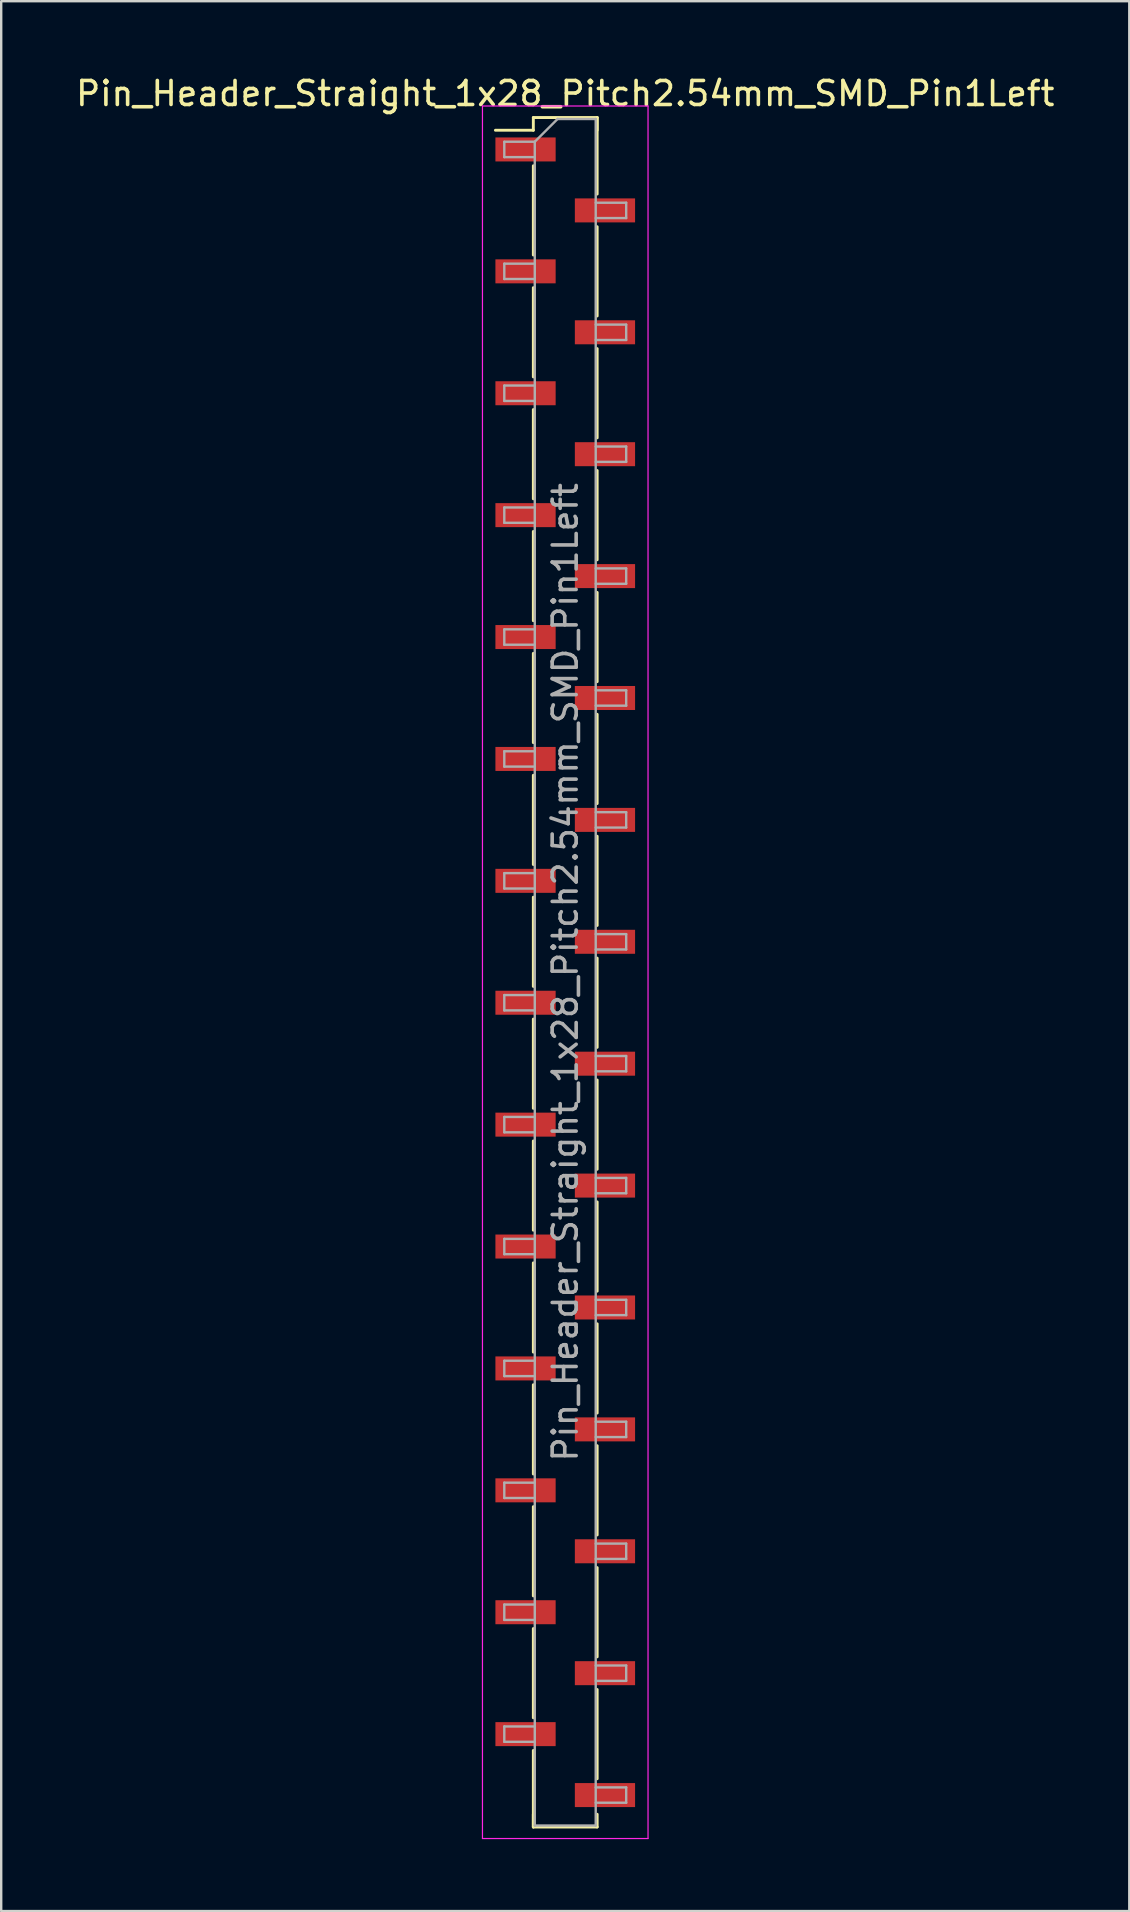
<source format=kicad_pcb>
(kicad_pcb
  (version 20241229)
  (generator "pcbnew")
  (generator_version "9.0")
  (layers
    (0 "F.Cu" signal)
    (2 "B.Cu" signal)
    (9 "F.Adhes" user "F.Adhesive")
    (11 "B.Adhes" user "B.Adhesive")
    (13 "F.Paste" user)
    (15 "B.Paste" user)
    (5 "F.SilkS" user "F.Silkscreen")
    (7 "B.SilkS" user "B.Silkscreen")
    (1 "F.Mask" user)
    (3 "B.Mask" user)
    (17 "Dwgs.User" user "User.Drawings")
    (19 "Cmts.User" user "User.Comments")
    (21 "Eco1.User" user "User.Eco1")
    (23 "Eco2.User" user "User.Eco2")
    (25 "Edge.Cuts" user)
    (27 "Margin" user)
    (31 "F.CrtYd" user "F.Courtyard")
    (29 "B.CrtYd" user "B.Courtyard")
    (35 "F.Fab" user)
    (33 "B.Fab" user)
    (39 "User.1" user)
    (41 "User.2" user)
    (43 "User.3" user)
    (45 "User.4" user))
  (footprint "Pin_Header_Straight_1x28_Pitch2.54mm_SMD_Pin1Left"
    (layer "F.Cu")
    (at 20.506 37.468)
    (property "Reference" "Pin_Header_Straight_1x28_Pitch2.54mm_SMD_Pin1Left" (at 0 -36.62 0) (layer "F.SilkS") (effects (font (size 1 1) (thickness 0.15))))
    (attr smd)
    (fp_line (start -1.33 -35.62) (end 1.33 -35.62) (stroke (width 0.12) (type solid)) (layer "F.SilkS"))
    (fp_line (start -1.33 -35.09) (end -2.91 -35.09) (stroke (width 0.12) (type solid)) (layer "F.SilkS"))
    (fp_line (start -1.33 -35.09) (end -1.33 -35.62) (stroke (width 0.12) (type solid)) (layer "F.SilkS"))
    (fp_line (start -1.33 -33.61) (end -1.33 -29.89) (stroke (width 0.12) (type solid)) (layer "F.SilkS"))
    (fp_line (start -1.33 -28.53) (end -1.33 -24.81) (stroke (width 0.12) (type solid)) (layer "F.SilkS"))
    (fp_line (start -1.33 -23.45) (end -1.33 -19.73) (stroke (width 0.12) (type solid)) (layer "F.SilkS"))
    (fp_line (start -1.33 -18.37) (end -1.33 -14.65) (stroke (width 0.12) (type solid)) (layer "F.SilkS"))
    (fp_line (start -1.33 -13.29) (end -1.33 -9.57) (stroke (width 0.12) (type solid)) (layer "F.SilkS"))
    (fp_line (start -1.33 -8.21) (end -1.33 -4.49) (stroke (width 0.12) (type solid)) (layer "F.SilkS"))
    (fp_line (start -1.33 -3.13) (end -1.33 0.59) (stroke (width 0.12) (type solid)) (layer "F.SilkS"))
    (fp_line (start -1.33 1.95) (end -1.33 5.67) (stroke (width 0.12) (type solid)) (layer "F.SilkS"))
    (fp_line (start -1.33 7.03) (end -1.33 10.75) (stroke (width 0.12) (type solid)) (layer "F.SilkS"))
    (fp_line (start -1.33 12.11) (end -1.33 15.83) (stroke (width 0.12) (type solid)) (layer "F.SilkS"))
    (fp_line (start -1.33 17.19) (end -1.33 20.91) (stroke (width 0.12) (type solid)) (layer "F.SilkS"))
    (fp_line (start -1.33 22.27) (end -1.33 25.99) (stroke (width 0.12) (type solid)) (layer "F.SilkS"))
    (fp_line (start -1.33 27.35) (end -1.33 31.07) (stroke (width 0.12) (type solid)) (layer "F.SilkS"))
    (fp_line (start -1.33 32.43) (end -1.33 35.62) (stroke (width 0.12) (type solid)) (layer "F.SilkS"))
    (fp_line (start -1.33 35.09) (end -1.33 35.62) (stroke (width 0.12) (type solid)) (layer "F.SilkS"))
    (fp_line (start -1.33 35.62) (end 1.33 35.62) (stroke (width 0.12) (type solid)) (layer "F.SilkS"))
    (fp_line (start 1.33 -35.62) (end 1.33 -35.09) (stroke (width 0.12) (type solid)) (layer "F.SilkS"))
    (fp_line (start 1.33 -35.62) (end 1.33 -32.43) (stroke (width 0.12) (type solid)) (layer "F.SilkS"))
    (fp_line (start 1.33 -31.07) (end 1.33 -27.35) (stroke (width 0.12) (type solid)) (layer "F.SilkS"))
    (fp_line (start 1.33 -25.99) (end 1.33 -22.27) (stroke (width 0.12) (type solid)) (layer "F.SilkS"))
    (fp_line (start 1.33 -20.91) (end 1.33 -17.19) (stroke (width 0.12) (type solid)) (layer "F.SilkS"))
    (fp_line (start 1.33 -15.83) (end 1.33 -12.11) (stroke (width 0.12) (type solid)) (layer "F.SilkS"))
    (fp_line (start 1.33 -10.75) (end 1.33 -7.03) (stroke (width 0.12) (type solid)) (layer "F.SilkS"))
    (fp_line (start 1.33 -5.67) (end 1.33 -1.95) (stroke (width 0.12) (type solid)) (layer "F.SilkS"))
    (fp_line (start 1.33 -0.59) (end 1.33 3.13) (stroke (width 0.12) (type solid)) (layer "F.SilkS"))
    (fp_line (start 1.33 4.49) (end 1.33 8.21) (stroke (width 0.12) (type solid)) (layer "F.SilkS"))
    (fp_line (start 1.33 9.57) (end 1.33 13.29) (stroke (width 0.12) (type solid)) (layer "F.SilkS"))
    (fp_line (start 1.33 14.65) (end 1.33 18.37) (stroke (width 0.12) (type solid)) (layer "F.SilkS"))
    (fp_line (start 1.33 19.73) (end 1.33 23.45) (stroke (width 0.12) (type solid)) (layer "F.SilkS"))
    (fp_line (start 1.33 24.81) (end 1.33 28.53) (stroke (width 0.12) (type solid)) (layer "F.SilkS"))
    (fp_line (start 1.33 29.89) (end 1.33 33.61) (stroke (width 0.12) (type solid)) (layer "F.SilkS"))
    (fp_line (start 1.33 35.62) (end 1.33 35.09) (stroke (width 0.12) (type solid)) (layer "F.SilkS"))
    (fp_line (start -3.45 -36.1) (end -3.45 36.1) (stroke (width 0.05) (type solid)) (layer "F.CrtYd"))
    (fp_line (start -3.45 36.1) (end 3.45 36.1) (stroke (width 0.05) (type solid)) (layer "F.CrtYd"))
    (fp_line (start 3.45 -36.1) (end -3.45 -36.1) (stroke (width 0.05) (type solid)) (layer "F.CrtYd"))
    (fp_line (start 3.45 36.1) (end 3.45 -36.1) (stroke (width 0.05) (type solid)) (layer "F.CrtYd"))
    (fp_line (start -2.54 -34.61) (end -2.54 -33.97) (stroke (width 0.1) (type solid)) (layer "F.Fab"))
    (fp_line (start -2.54 -33.97) (end -1.27 -33.97) (stroke (width 0.1) (type solid)) (layer "F.Fab"))
    (fp_line (start -2.54 -29.53) (end -2.54 -28.89) (stroke (width 0.1) (type solid)) (layer "F.Fab"))
    (fp_line (start -2.54 -28.89) (end -1.27 -28.89) (stroke (width 0.1) (type solid)) (layer "F.Fab"))
    (fp_line (start -2.54 -24.45) (end -2.54 -23.81) (stroke (width 0.1) (type solid)) (layer "F.Fab"))
    (fp_line (start -2.54 -23.81) (end -1.27 -23.81) (stroke (width 0.1) (type solid)) (layer "F.Fab"))
    (fp_line (start -2.54 -19.37) (end -2.54 -18.73) (stroke (width 0.1) (type solid)) (layer "F.Fab"))
    (fp_line (start -2.54 -18.73) (end -1.27 -18.73) (stroke (width 0.1) (type solid)) (layer "F.Fab"))
    (fp_line (start -2.54 -14.29) (end -2.54 -13.65) (stroke (width 0.1) (type solid)) (layer "F.Fab"))
    (fp_line (start -2.54 -13.65) (end -1.27 -13.65) (stroke (width 0.1) (type solid)) (layer "F.Fab"))
    (fp_line (start -2.54 -9.21) (end -2.54 -8.57) (stroke (width 0.1) (type solid)) (layer "F.Fab"))
    (fp_line (start -2.54 -8.57) (end -1.27 -8.57) (stroke (width 0.1) (type solid)) (layer "F.Fab"))
    (fp_line (start -2.54 -4.13) (end -2.54 -3.49) (stroke (width 0.1) (type solid)) (layer "F.Fab"))
    (fp_line (start -2.54 -3.49) (end -1.27 -3.49) (stroke (width 0.1) (type solid)) (layer "F.Fab"))
    (fp_line (start -2.54 0.95) (end -2.54 1.59) (stroke (width 0.1) (type solid)) (layer "F.Fab"))
    (fp_line (start -2.54 1.59) (end -1.27 1.59) (stroke (width 0.1) (type solid)) (layer "F.Fab"))
    (fp_line (start -2.54 6.03) (end -2.54 6.67) (stroke (width 0.1) (type solid)) (layer "F.Fab"))
    (fp_line (start -2.54 6.67) (end -1.27 6.67) (stroke (width 0.1) (type solid)) (layer "F.Fab"))
    (fp_line (start -2.54 11.11) (end -2.54 11.75) (stroke (width 0.1) (type solid)) (layer "F.Fab"))
    (fp_line (start -2.54 11.75) (end -1.27 11.75) (stroke (width 0.1) (type solid)) (layer "F.Fab"))
    (fp_line (start -2.54 16.19) (end -2.54 16.83) (stroke (width 0.1) (type solid)) (layer "F.Fab"))
    (fp_line (start -2.54 16.83) (end -1.27 16.83) (stroke (width 0.1) (type solid)) (layer "F.Fab"))
    (fp_line (start -2.54 21.27) (end -2.54 21.91) (stroke (width 0.1) (type solid)) (layer "F.Fab"))
    (fp_line (start -2.54 21.91) (end -1.27 21.91) (stroke (width 0.1) (type solid)) (layer "F.Fab"))
    (fp_line (start -2.54 26.35) (end -2.54 26.99) (stroke (width 0.1) (type solid)) (layer "F.Fab"))
    (fp_line (start -2.54 26.99) (end -1.27 26.99) (stroke (width 0.1) (type solid)) (layer "F.Fab"))
    (fp_line (start -2.54 31.43) (end -2.54 32.07) (stroke (width 0.1) (type solid)) (layer "F.Fab"))
    (fp_line (start -2.54 32.07) (end -1.27 32.07) (stroke (width 0.1) (type solid)) (layer "F.Fab"))
    (fp_line (start -1.27 -34.61) (end -2.54 -34.61) (stroke (width 0.1) (type solid)) (layer "F.Fab"))
    (fp_line (start -1.27 -34.61) (end -0.32 -35.56) (stroke (width 0.1) (type solid)) (layer "F.Fab"))
    (fp_line (start -1.27 -29.53) (end -2.54 -29.53) (stroke (width 0.1) (type solid)) (layer "F.Fab"))
    (fp_line (start -1.27 -24.45) (end -2.54 -24.45) (stroke (width 0.1) (type solid)) (layer "F.Fab"))
    (fp_line (start -1.27 -19.37) (end -2.54 -19.37) (stroke (width 0.1) (type solid)) (layer "F.Fab"))
    (fp_line (start -1.27 -14.29) (end -2.54 -14.29) (stroke (width 0.1) (type solid)) (layer "F.Fab"))
    (fp_line (start -1.27 -9.21) (end -2.54 -9.21) (stroke (width 0.1) (type solid)) (layer "F.Fab"))
    (fp_line (start -1.27 -4.13) (end -2.54 -4.13) (stroke (width 0.1) (type solid)) (layer "F.Fab"))
    (fp_line (start -1.27 0.95) (end -2.54 0.95) (stroke (width 0.1) (type solid)) (layer "F.Fab"))
    (fp_line (start -1.27 6.03) (end -2.54 6.03) (stroke (width 0.1) (type solid)) (layer "F.Fab"))
    (fp_line (start -1.27 11.11) (end -2.54 11.11) (stroke (width 0.1) (type solid)) (layer "F.Fab"))
    (fp_line (start -1.27 16.19) (end -2.54 16.19) (stroke (width 0.1) (type solid)) (layer "F.Fab"))
    (fp_line (start -1.27 21.27) (end -2.54 21.27) (stroke (width 0.1) (type solid)) (layer "F.Fab"))
    (fp_line (start -1.27 26.35) (end -2.54 26.35) (stroke (width 0.1) (type solid)) (layer "F.Fab"))
    (fp_line (start -1.27 31.43) (end -2.54 31.43) (stroke (width 0.1) (type solid)) (layer "F.Fab"))
    (fp_line (start -1.27 35.56) (end -1.27 -34.61) (stroke (width 0.1) (type solid)) (layer "F.Fab"))
    (fp_line (start -0.32 -35.56) (end 1.27 -35.56) (stroke (width 0.1) (type solid)) (layer "F.Fab"))
    (fp_line (start 1.27 -35.56) (end 1.27 35.56) (stroke (width 0.1) (type solid)) (layer "F.Fab"))
    (fp_line (start 1.27 -32.07) (end 2.54 -32.07) (stroke (width 0.1) (type solid)) (layer "F.Fab"))
    (fp_line (start 1.27 -26.99) (end 2.54 -26.99) (stroke (width 0.1) (type solid)) (layer "F.Fab"))
    (fp_line (start 1.27 -21.91) (end 2.54 -21.91) (stroke (width 0.1) (type solid)) (layer "F.Fab"))
    (fp_line (start 1.27 -16.83) (end 2.54 -16.83) (stroke (width 0.1) (type solid)) (layer "F.Fab"))
    (fp_line (start 1.27 -11.75) (end 2.54 -11.75) (stroke (width 0.1) (type solid)) (layer "F.Fab"))
    (fp_line (start 1.27 -6.67) (end 2.54 -6.67) (stroke (width 0.1) (type solid)) (layer "F.Fab"))
    (fp_line (start 1.27 -1.59) (end 2.54 -1.59) (stroke (width 0.1) (type solid)) (layer "F.Fab"))
    (fp_line (start 1.27 3.49) (end 2.54 3.49) (stroke (width 0.1) (type solid)) (layer "F.Fab"))
    (fp_line (start 1.27 8.57) (end 2.54 8.57) (stroke (width 0.1) (type solid)) (layer "F.Fab"))
    (fp_line (start 1.27 13.65) (end 2.54 13.65) (stroke (width 0.1) (type solid)) (layer "F.Fab"))
    (fp_line (start 1.27 18.73) (end 2.54 18.73) (stroke (width 0.1) (type solid)) (layer "F.Fab"))
    (fp_line (start 1.27 23.81) (end 2.54 23.81) (stroke (width 0.1) (type solid)) (layer "F.Fab"))
    (fp_line (start 1.27 28.89) (end 2.54 28.89) (stroke (width 0.1) (type solid)) (layer "F.Fab"))
    (fp_line (start 1.27 33.97) (end 2.54 33.97) (stroke (width 0.1) (type solid)) (layer "F.Fab"))
    (fp_line (start 1.27 35.56) (end -1.27 35.56) (stroke (width 0.1) (type solid)) (layer "F.Fab"))
    (fp_line (start 2.54 -32.07) (end 2.54 -31.43) (stroke (width 0.1) (type solid)) (layer "F.Fab"))
    (fp_line (start 2.54 -31.43) (end 1.27 -31.43) (stroke (width 0.1) (type solid)) (layer "F.Fab"))
    (fp_line (start 2.54 -26.99) (end 2.54 -26.35) (stroke (width 0.1) (type solid)) (layer "F.Fab"))
    (fp_line (start 2.54 -26.35) (end 1.27 -26.35) (stroke (width 0.1) (type solid)) (layer "F.Fab"))
    (fp_line (start 2.54 -21.91) (end 2.54 -21.27) (stroke (width 0.1) (type solid)) (layer "F.Fab"))
    (fp_line (start 2.54 -21.27) (end 1.27 -21.27) (stroke (width 0.1) (type solid)) (layer "F.Fab"))
    (fp_line (start 2.54 -16.83) (end 2.54 -16.19) (stroke (width 0.1) (type solid)) (layer "F.Fab"))
    (fp_line (start 2.54 -16.19) (end 1.27 -16.19) (stroke (width 0.1) (type solid)) (layer "F.Fab"))
    (fp_line (start 2.54 -11.75) (end 2.54 -11.11) (stroke (width 0.1) (type solid)) (layer "F.Fab"))
    (fp_line (start 2.54 -11.11) (end 1.27 -11.11) (stroke (width 0.1) (type solid)) (layer "F.Fab"))
    (fp_line (start 2.54 -6.67) (end 2.54 -6.03) (stroke (width 0.1) (type solid)) (layer "F.Fab"))
    (fp_line (start 2.54 -6.03) (end 1.27 -6.03) (stroke (width 0.1) (type solid)) (layer "F.Fab"))
    (fp_line (start 2.54 -1.59) (end 2.54 -0.95) (stroke (width 0.1) (type solid)) (layer "F.Fab"))
    (fp_line (start 2.54 -0.95) (end 1.27 -0.95) (stroke (width 0.1) (type solid)) (layer "F.Fab"))
    (fp_line (start 2.54 3.49) (end 2.54 4.13) (stroke (width 0.1) (type solid)) (layer "F.Fab"))
    (fp_line (start 2.54 4.13) (end 1.27 4.13) (stroke (width 0.1) (type solid)) (layer "F.Fab"))
    (fp_line (start 2.54 8.57) (end 2.54 9.21) (stroke (width 0.1) (type solid)) (layer "F.Fab"))
    (fp_line (start 2.54 9.21) (end 1.27 9.21) (stroke (width 0.1) (type solid)) (layer "F.Fab"))
    (fp_line (start 2.54 13.65) (end 2.54 14.29) (stroke (width 0.1) (type solid)) (layer "F.Fab"))
    (fp_line (start 2.54 14.29) (end 1.27 14.29) (stroke (width 0.1) (type solid)) (layer "F.Fab"))
    (fp_line (start 2.54 18.73) (end 2.54 19.37) (stroke (width 0.1) (type solid)) (layer "F.Fab"))
    (fp_line (start 2.54 19.37) (end 1.27 19.37) (stroke (width 0.1) (type solid)) (layer "F.Fab"))
    (fp_line (start 2.54 23.81) (end 2.54 24.45) (stroke (width 0.1) (type solid)) (layer "F.Fab"))
    (fp_line (start 2.54 24.45) (end 1.27 24.45) (stroke (width 0.1) (type solid)) (layer "F.Fab"))
    (fp_line (start 2.54 28.89) (end 2.54 29.53) (stroke (width 0.1) (type solid)) (layer "F.Fab"))
    (fp_line (start 2.54 29.53) (end 1.27 29.53) (stroke (width 0.1) (type solid)) (layer "F.Fab"))
    (fp_line (start 2.54 33.97) (end 2.54 34.61) (stroke (width 0.1) (type solid)) (layer "F.Fab"))
    (fp_line (start 2.54 34.61) (end 1.27 34.61) (stroke (width 0.1) (type solid)) (layer "F.Fab"))
    (fp_text user "${REFERENCE}" (at 0 0 90) (layer "F.Fab") (effects (font (size 1 1) (thickness 0.15))))
    (pad "1" smd rect (at -1.655 -34.29) (size 2.51 1) (layers "F.Cu" "F.Mask" "F.Paste"))
    (pad "2" smd rect (at 1.655 -31.75) (size 2.51 1) (layers "F.Cu" "F.Mask" "F.Paste"))
    (pad "3" smd rect (at -1.655 -29.21) (size 2.51 1) (layers "F.Cu" "F.Mask" "F.Paste"))
    (pad "4" smd rect (at 1.655 -26.67) (size 2.51 1) (layers "F.Cu" "F.Mask" "F.Paste"))
    (pad "5" smd rect (at -1.655 -24.13) (size 2.51 1) (layers "F.Cu" "F.Mask" "F.Paste"))
    (pad "6" smd rect (at 1.655 -21.59) (size 2.51 1) (layers "F.Cu" "F.Mask" "F.Paste"))
    (pad "7" smd rect (at -1.655 -19.05) (size 2.51 1) (layers "F.Cu" "F.Mask" "F.Paste"))
    (pad "8" smd rect (at 1.655 -16.51) (size 2.51 1) (layers "F.Cu" "F.Mask" "F.Paste"))
    (pad "9" smd rect (at -1.655 -13.97) (size 2.51 1) (layers "F.Cu" "F.Mask" "F.Paste"))
    (pad "10" smd rect (at 1.655 -11.43) (size 2.51 1) (layers "F.Cu" "F.Mask" "F.Paste"))
    (pad "11" smd rect (at -1.655 -8.89) (size 2.51 1) (layers "F.Cu" "F.Mask" "F.Paste"))
    (pad "12" smd rect (at 1.655 -6.35) (size 2.51 1) (layers "F.Cu" "F.Mask" "F.Paste"))
    (pad "13" smd rect (at -1.655 -3.81) (size 2.51 1) (layers "F.Cu" "F.Mask" "F.Paste"))
    (pad "14" smd rect (at 1.655 -1.27) (size 2.51 1) (layers "F.Cu" "F.Mask" "F.Paste"))
    (pad "15" smd rect (at -1.655 1.27) (size 2.51 1) (layers "F.Cu" "F.Mask" "F.Paste"))
    (pad "16" smd rect (at 1.655 3.81) (size 2.51 1) (layers "F.Cu" "F.Mask" "F.Paste"))
    (pad "17" smd rect (at -1.655 6.35) (size 2.51 1) (layers "F.Cu" "F.Mask" "F.Paste"))
    (pad "18" smd rect (at 1.655 8.89) (size 2.51 1) (layers "F.Cu" "F.Mask" "F.Paste"))
    (pad "19" smd rect (at -1.655 11.43) (size 2.51 1) (layers "F.Cu" "F.Mask" "F.Paste"))
    (pad "20" smd rect (at 1.655 13.97) (size 2.51 1) (layers "F.Cu" "F.Mask" "F.Paste"))
    (pad "21" smd rect (at -1.655 16.51) (size 2.51 1) (layers "F.Cu" "F.Mask" "F.Paste"))
    (pad "22" smd rect (at 1.655 19.05) (size 2.51 1) (layers "F.Cu" "F.Mask" "F.Paste"))
    (pad "23" smd rect (at -1.655 21.59) (size 2.51 1) (layers "F.Cu" "F.Mask" "F.Paste"))
    (pad "24" smd rect (at 1.655 24.13) (size 2.51 1) (layers "F.Cu" "F.Mask" "F.Paste"))
    (pad "25" smd rect (at -1.655 26.67) (size 2.51 1) (layers "F.Cu" "F.Mask" "F.Paste"))
    (pad "26" smd rect (at 1.655 29.21) (size 2.51 1) (layers "F.Cu" "F.Mask" "F.Paste"))
    (pad "27" smd rect (at -1.655 31.75) (size 2.51 1) (layers "F.Cu" "F.Mask" "F.Paste"))
    (pad "28" smd rect (at 1.655 34.29) (size 2.51 1) (layers "F.Cu" "F.Mask" "F.Paste")))
  (gr_rect
    (start -3 -3)
    (end 44.012 76.593)
    (stroke (width 0.1) (type default))
    (fill no)
    (layer "Edge.Cuts")))
</source>
